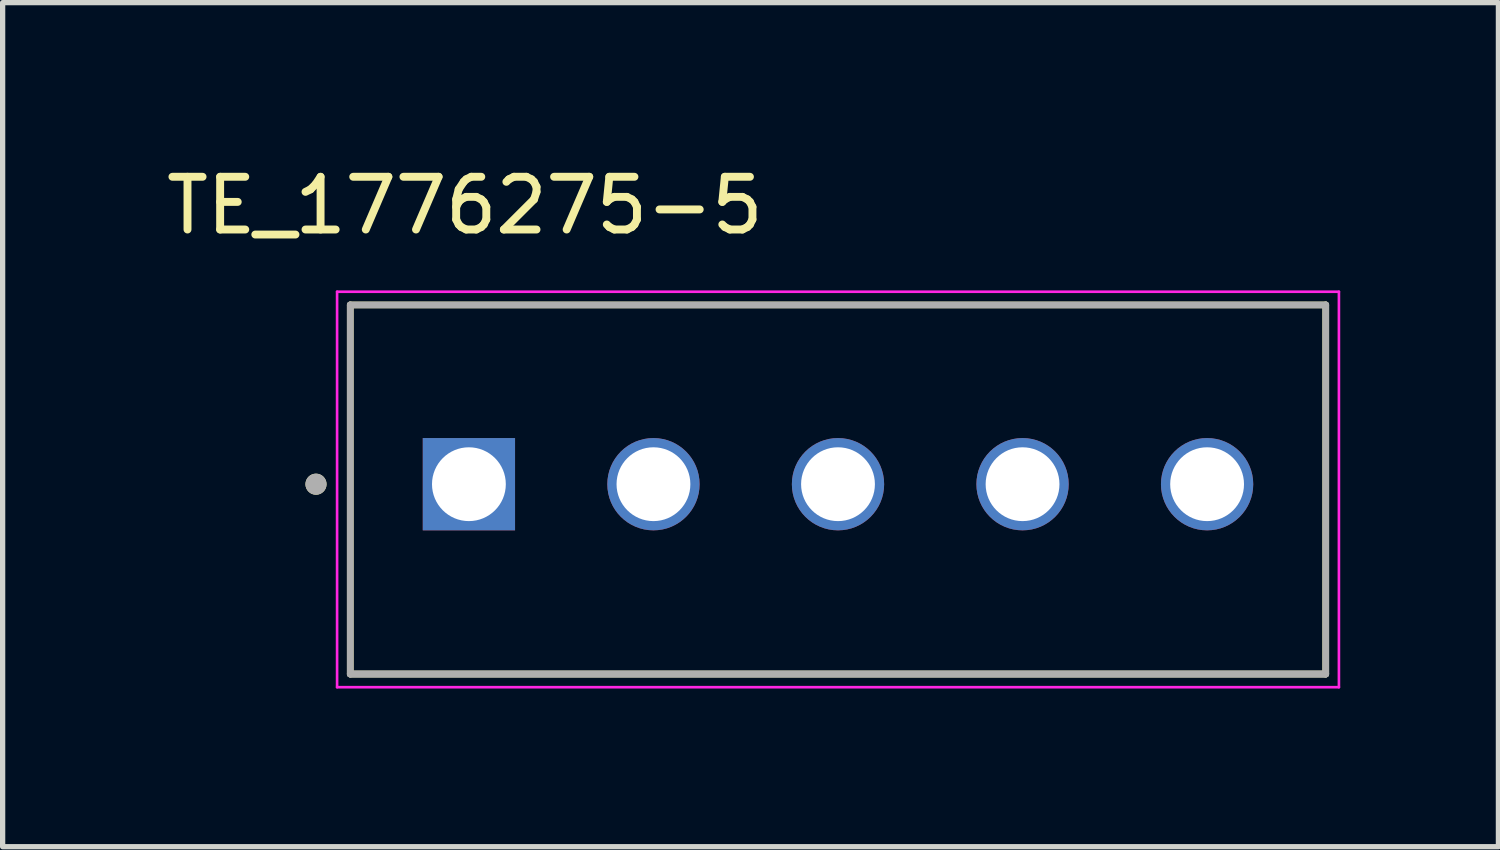
<source format=kicad_pcb>
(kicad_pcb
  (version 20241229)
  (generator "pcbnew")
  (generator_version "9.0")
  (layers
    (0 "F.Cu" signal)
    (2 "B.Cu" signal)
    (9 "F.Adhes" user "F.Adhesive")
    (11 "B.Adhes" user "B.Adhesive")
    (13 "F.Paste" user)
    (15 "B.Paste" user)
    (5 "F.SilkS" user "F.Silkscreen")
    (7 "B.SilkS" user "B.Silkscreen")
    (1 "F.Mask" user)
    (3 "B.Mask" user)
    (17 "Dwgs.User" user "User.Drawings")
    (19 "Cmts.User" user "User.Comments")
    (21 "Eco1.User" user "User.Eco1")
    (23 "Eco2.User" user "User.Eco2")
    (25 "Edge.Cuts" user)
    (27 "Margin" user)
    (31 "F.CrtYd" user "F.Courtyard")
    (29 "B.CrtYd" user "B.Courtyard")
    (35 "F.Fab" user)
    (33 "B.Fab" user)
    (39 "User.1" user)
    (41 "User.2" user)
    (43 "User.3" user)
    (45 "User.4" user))
  (footprint "TE_1776275-5"
    (layer "F.Cu")
    (at 5.843 6.133)
    (property "Reference" "TE_1776275-5" (at -0.075 -5.285 0) (layer "F.SilkS") (effects (font (size 1 1) (thickness 0.15))))
    (attr through_hole)
    (fp_line (start -2.25 3.6) (end -2.25 -3.4) (stroke (width 0.127) (type solid)) (layer "F.SilkS"))
    (fp_line (start 16.25 -3.4) (end -2.25 -3.4) (stroke (width 0.127) (type solid)) (layer "F.SilkS"))
    (fp_line (start 16.25 -3.4) (end 16.25 3.6) (stroke (width 0.127) (type solid)) (layer "F.SilkS"))
    (fp_line (start 16.25 3.6) (end -2.25 3.6) (stroke (width 0.127) (type solid)) (layer "F.SilkS"))
    (fp_circle (center -2.9 0) (end -2.8 0) (stroke (width 0.2) (type solid)) (fill no) (layer "F.SilkS"))
    (fp_line (start -2.5 -3.65) (end 16.5 -3.65) (stroke (width 0.05) (type solid)) (layer "F.CrtYd"))
    (fp_line (start -2.5 3.85) (end -2.5 -3.65) (stroke (width 0.05) (type solid)) (layer "F.CrtYd"))
    (fp_line (start 16.5 -3.65) (end 16.5 3.85) (stroke (width 0.05) (type solid)) (layer "F.CrtYd"))
    (fp_line (start 16.5 3.85) (end -2.5 3.85) (stroke (width 0.05) (type solid)) (layer "F.CrtYd"))
    (fp_line (start -2.25 -3.4) (end 16.25 -3.4) (stroke (width 0.127) (type solid)) (layer "F.Fab"))
    (fp_line (start -2.25 3.6) (end -2.25 -3.4) (stroke (width 0.127) (type solid)) (layer "F.Fab"))
    (fp_line (start -2.25 3.6) (end -2.25 3.6) (stroke (width 0.127) (type solid)) (layer "F.Fab"))
    (fp_line (start -2.25 3.6) (end 16.25 3.6) (stroke (width 0.127) (type solid)) (layer "F.Fab"))
    (fp_line (start 16.25 -3.4) (end 16.25 3.6) (stroke (width 0.127) (type solid)) (layer "F.Fab"))
    (fp_line (start 16.25 3.6) (end -2.25 3.6) (stroke (width 0.127) (type solid)) (layer "F.Fab"))
    (fp_line (start 16.25 3.6) (end 16.25 3.6) (stroke (width 0.127) (type solid)) (layer "F.Fab"))
    (fp_circle (center -2.9 0) (end -2.8 0) (stroke (width 0.2) (type solid)) (fill no) (layer "F.Fab"))
    (pad "1" thru_hole rect (at 0 0) (size 1.75 1.75) (drill 1.4) (layers "*.Cu" "*.Mask"))
    (pad "2" thru_hole circle (at 3.5 0) (size 1.75 1.75) (drill 1.4) (layers "*.Cu" "*.Mask"))
    (pad "3" thru_hole circle (at 7 0) (size 1.75 1.75) (drill 1.4) (layers "*.Cu" "*.Mask"))
    (pad "4" thru_hole circle (at 10.5 0) (size 1.75 1.75) (drill 1.4) (layers "*.Cu" "*.Mask"))
    (pad "5" thru_hole circle (at 14 0) (size 1.75 1.75) (drill 1.4) (layers "*.Cu" "*.Mask")))
  (gr_rect
    (start -3 -3)
    (end 25.368 13.008)
    (stroke (width 0.1) (type default))
    (fill no)
    (layer "Edge.Cuts")))
</source>
